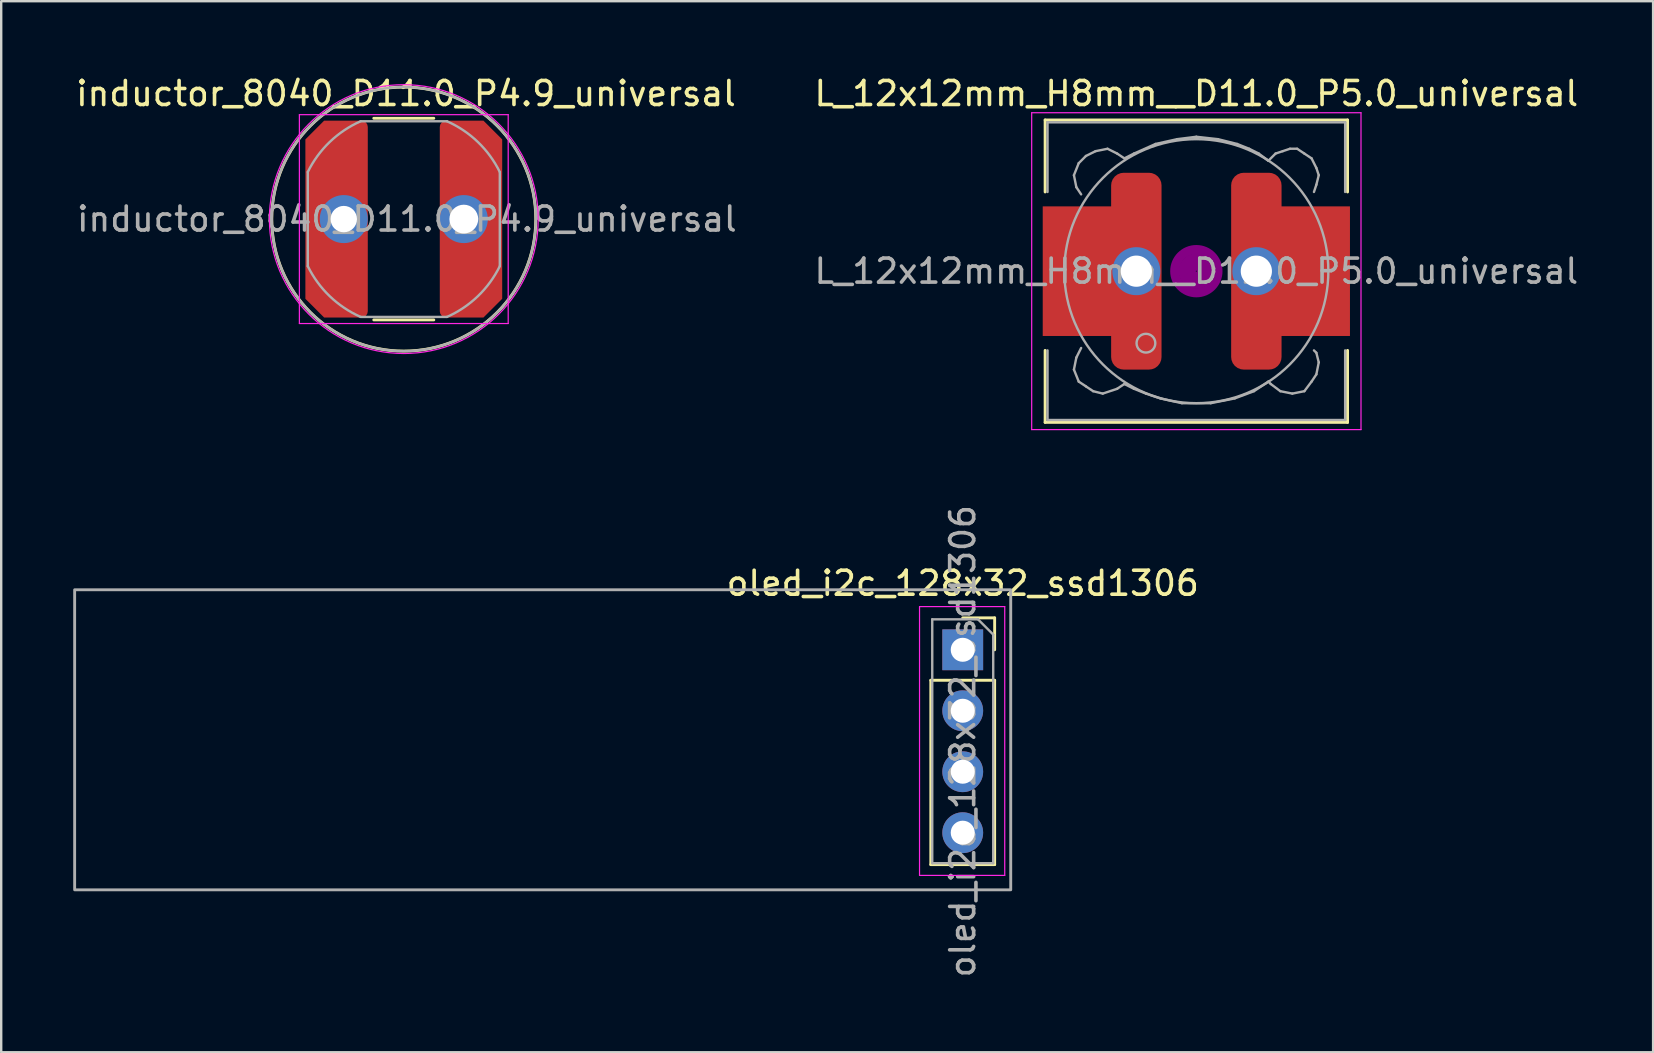
<source format=kicad_pcb>
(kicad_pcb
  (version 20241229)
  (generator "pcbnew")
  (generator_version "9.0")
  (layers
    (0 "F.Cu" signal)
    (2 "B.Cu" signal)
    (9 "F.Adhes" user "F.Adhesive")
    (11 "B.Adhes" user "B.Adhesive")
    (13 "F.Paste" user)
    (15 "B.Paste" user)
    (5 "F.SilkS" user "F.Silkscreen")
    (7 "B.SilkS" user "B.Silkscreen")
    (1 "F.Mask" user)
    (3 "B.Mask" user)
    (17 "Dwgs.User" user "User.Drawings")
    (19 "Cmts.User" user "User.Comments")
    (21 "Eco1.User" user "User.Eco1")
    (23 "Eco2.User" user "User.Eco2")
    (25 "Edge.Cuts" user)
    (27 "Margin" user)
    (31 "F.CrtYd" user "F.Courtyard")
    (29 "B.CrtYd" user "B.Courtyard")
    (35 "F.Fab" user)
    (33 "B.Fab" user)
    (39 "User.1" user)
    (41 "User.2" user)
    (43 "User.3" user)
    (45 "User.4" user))
  (footprint "oled_i2c_128x32_ssd1306"
    (layer "F.Cu")
    (at 37.06 24.022)
    (property "Reference" "oled_i2c_128x32_ssd1306" (at 0 -2.77 0) (layer "F.SilkS") (effects (font (size 1 1) (thickness 0.15))))
    (attr through_hole)
    (fp_line (start -1.33 1.27) (end -1.33 8.95) (stroke (width 0.12) (type solid)) (layer "F.SilkS"))
    (fp_line (start -1.33 1.27) (end 1.33 1.27) (stroke (width 0.12) (type solid)) (layer "F.SilkS"))
    (fp_line (start -1.33 8.95) (end 1.33 8.95) (stroke (width 0.12) (type solid)) (layer "F.SilkS"))
    (fp_line (start 0 -1.33) (end 1.33 -1.33) (stroke (width 0.12) (type solid)) (layer "F.SilkS"))
    (fp_line (start 1.33 -1.33) (end 1.33 0) (stroke (width 0.12) (type solid)) (layer "F.SilkS"))
    (fp_line (start 1.33 1.27) (end 1.33 8.95) (stroke (width 0.12) (type solid)) (layer "F.SilkS"))
    (fp_line (start -1.8 -1.8) (end 1.75 -1.8) (stroke (width 0.05) (type solid)) (layer "F.CrtYd"))
    (fp_line (start -1.8 9.4) (end -1.8 -1.8) (stroke (width 0.05) (type solid)) (layer "F.CrtYd"))
    (fp_line (start 1.75 -1.8) (end 1.75 9.4) (stroke (width 0.05) (type solid)) (layer "F.CrtYd"))
    (fp_line (start 1.75 9.4) (end -1.8 9.4) (stroke (width 0.05) (type solid)) (layer "F.CrtYd"))
    (fp_line (start -1.27 -1.27) (end 0.635 -1.27) (stroke (width 0.1) (type solid)) (layer "F.Fab"))
    (fp_line (start -1.27 8.89) (end -1.27 -1.27) (stroke (width 0.1) (type solid)) (layer "F.Fab"))
    (fp_line (start 0.635 -1.27) (end 1.27 -0.635) (stroke (width 0.1) (type solid)) (layer "F.Fab"))
    (fp_line (start 1.27 -0.635) (end 1.27 8.89) (stroke (width 0.1) (type solid)) (layer "F.Fab"))
    (fp_line (start 1.27 8.89) (end -1.27 8.89) (stroke (width 0.1) (type solid)) (layer "F.Fab"))
    (fp_rect (start 2 -2.5) (end -37 10) (stroke (width 0.12) (type solid)) (fill no) (layer "F.Fab"))
    (fp_text user "${REFERENCE}" (at 0 3.81 90) (layer "F.Fab") (effects (font (size 1 1) (thickness 0.15))))
    (pad "1" thru_hole rect (at 0 0) (size 1.7 1.7) (drill 1) (layers "*.Cu" "*.Mask"))
    (pad "2" thru_hole oval (at 0 2.54) (size 1.7 1.7) (drill 1) (layers "*.Cu" "*.Mask"))
    (pad "3" thru_hole oval (at 0 5.08) (size 1.7 1.7) (drill 1) (layers "*.Cu" "*.Mask"))
    (pad "4" thru_hole oval (at 0 7.62) (size 1.7 1.7) (drill 1) (layers "*.Cu" "*.Mask")))
  (footprint "L_12x12mm_H8mm__D11.0_P5.0_universal"
    (layer "F.Cu")
    (at 46.793 8.248)
    (property "Reference" "L_12x12mm_H8mm__D11.0_P5.0_universal" (at 0 -7.4 0) (layer "F.SilkS") (effects (font (size 1 1) (thickness 0.15))))
    (attr smd)
    (fp_line (start -6.3 -6.3) (end 6.3 -6.3) (stroke (width 0.12) (type solid)) (layer "F.SilkS"))
    (fp_line (start -6.3 -3.3) (end -6.3 -6.3) (stroke (width 0.12) (type solid)) (layer "F.SilkS"))
    (fp_line (start -6.3 6.3) (end -6.3 3.3) (stroke (width 0.12) (type solid)) (layer "F.SilkS"))
    (fp_line (start 6.3 -6.3) (end 6.3 -3.3) (stroke (width 0.12) (type solid)) (layer "F.SilkS"))
    (fp_line (start 6.3 3.3) (end 6.3 6.3) (stroke (width 0.12) (type solid)) (layer "F.SilkS"))
    (fp_line (start 6.3 6.3) (end -6.3 6.3) (stroke (width 0.12) (type solid)) (layer "F.SilkS"))
    (fp_circle (center 0 0) (end 0.15 0.15) (stroke (width 0.38) (type solid)) (fill no) (layer "F.Adhes"))
    (fp_circle (center 0 0) (end 0.55 0) (stroke (width 0.38) (type solid)) (fill no) (layer "F.Adhes"))
    (fp_circle (center 0 0) (end 0.9 0) (stroke (width 0.38) (type solid)) (fill no) (layer "F.Adhes"))
    (fp_line (start -6.86 -6.6) (end 6.86 -6.6) (stroke (width 0.05) (type solid)) (layer "F.CrtYd"))
    (fp_line (start -6.86 6.6) (end -6.86 -6.6) (stroke (width 0.05) (type solid)) (layer "F.CrtYd"))
    (fp_line (start 6.86 -6.6) (end 6.86 6.6) (stroke (width 0.05) (type solid)) (layer "F.CrtYd"))
    (fp_line (start 6.86 6.6) (end -6.86 6.6) (stroke (width 0.05) (type solid)) (layer "F.CrtYd"))
    (fp_line (start -6.2 -6.2) (end -6.2 -3.3) (stroke (width 0.1) (type solid)) (layer "F.Fab"))
    (fp_line (start -6.2 3.3) (end -6.2 6.2) (stroke (width 0.1) (type solid)) (layer "F.Fab"))
    (fp_line (start -6.2 6.2) (end 6.2 6.2) (stroke (width 0.1) (type solid)) (layer "F.Fab"))
    (fp_line (start -5.1 -4) (end -5 -3.5) (stroke (width 0.1) (type solid)) (layer "F.Fab"))
    (fp_line (start -5.1 4.1) (end -5 3.6) (stroke (width 0.1) (type solid)) (layer "F.Fab"))
    (fp_line (start -5 -3.5) (end -4.8 -3.2) (stroke (width 0.1) (type solid)) (layer "F.Fab"))
    (fp_line (start -5 3.6) (end -4.8 3.2) (stroke (width 0.1) (type solid)) (layer "F.Fab"))
    (fp_line (start -4.9 -4.5) (end -5.1 -4) (stroke (width 0.1) (type solid)) (layer "F.Fab"))
    (fp_line (start -4.9 4.6) (end -5.1 4.1) (stroke (width 0.1) (type solid)) (layer "F.Fab"))
    (fp_line (start -4.6 -4.8) (end -4.9 -4.5) (stroke (width 0.1) (type solid)) (layer "F.Fab"))
    (fp_line (start -4.6 4.8) (end -4.9 4.6) (stroke (width 0.1) (type solid)) (layer "F.Fab"))
    (fp_line (start -4.3 5) (end -4.6 4.8) (stroke (width 0.1) (type solid)) (layer "F.Fab"))
    (fp_line (start -4.2 -5) (end -4.6 -4.8) (stroke (width 0.1) (type solid)) (layer "F.Fab"))
    (fp_line (start -3.9 5.1) (end -4.3 5) (stroke (width 0.1) (type solid)) (layer "F.Fab"))
    (fp_line (start -3.7 -5.1) (end -4.2 -5) (stroke (width 0.1) (type solid)) (layer "F.Fab"))
    (fp_line (start -3.3 -4.9) (end -3.7 -5.1) (stroke (width 0.1) (type solid)) (layer "F.Fab"))
    (fp_line (start -3.3 4.9) (end -3.9 5.1) (stroke (width 0.1) (type solid)) (layer "F.Fab"))
    (fp_line (start -3 -4.7) (end -3.3 -4.9) (stroke (width 0.1) (type solid)) (layer "F.Fab"))
    (fp_line (start -3 4.7) (end -3.3 4.9) (stroke (width 0.1) (type solid)) (layer "F.Fab"))
    (fp_line (start -2.6 -4.9) (end -3 -4.7) (stroke (width 0.1) (type solid)) (layer "F.Fab"))
    (fp_line (start -2.6 4.9) (end -3 4.7) (stroke (width 0.1) (type solid)) (layer "F.Fab"))
    (fp_line (start -2.1 5.1) (end -2.6 4.9) (stroke (width 0.1) (type solid)) (layer "F.Fab"))
    (fp_line (start -1.7 -5.3) (end -2.6 -4.9) (stroke (width 0.1) (type solid)) (layer "F.Fab"))
    (fp_line (start -1.5 5.3) (end -2.1 5.1) (stroke (width 0.1) (type solid)) (layer "F.Fab"))
    (fp_line (start -0.8 -5.5) (end -1.7 -5.3) (stroke (width 0.1) (type solid)) (layer "F.Fab"))
    (fp_line (start -0.6 5.5) (end -1.5 5.3) (stroke (width 0.1) (type solid)) (layer "F.Fab"))
    (fp_line (start 0 -5.6) (end -0.8 -5.5) (stroke (width 0.1) (type solid)) (layer "F.Fab"))
    (fp_line (start 0.6 5.5) (end -0.6 5.5) (stroke (width 0.1) (type solid)) (layer "F.Fab"))
    (fp_line (start 0.9 -5.5) (end 0 -5.6) (stroke (width 0.1) (type solid)) (layer "F.Fab"))
    (fp_line (start 1.6 5.3) (end 0.6 5.5) (stroke (width 0.1) (type solid)) (layer "F.Fab"))
    (fp_line (start 1.7 -5.3) (end 0.9 -5.5) (stroke (width 0.1) (type solid)) (layer "F.Fab"))
    (fp_line (start 2.2 -5.1) (end 1.7 -5.3) (stroke (width 0.1) (type solid)) (layer "F.Fab"))
    (fp_line (start 2.4 5) (end 1.6 5.3) (stroke (width 0.1) (type solid)) (layer "F.Fab"))
    (fp_line (start 2.6 -4.9) (end 2.2 -5.1) (stroke (width 0.1) (type solid)) (layer "F.Fab"))
    (fp_line (start 3 -4.6) (end 2.6 -4.9) (stroke (width 0.1) (type solid)) (layer "F.Fab"))
    (fp_line (start 3 4.6) (end 2.4 5) (stroke (width 0.1) (type solid)) (layer "F.Fab"))
    (fp_line (start 3.1 4.7) (end 3 4.6) (stroke (width 0.1) (type solid)) (layer "F.Fab"))
    (fp_line (start 3.3 -4.9) (end 3 -4.6) (stroke (width 0.1) (type solid)) (layer "F.Fab"))
    (fp_line (start 3.5 5) (end 3.1 4.7) (stroke (width 0.1) (type solid)) (layer "F.Fab"))
    (fp_line (start 3.6 -5) (end 3.3 -4.9) (stroke (width 0.1) (type solid)) (layer "F.Fab"))
    (fp_line (start 3.9 -5.1) (end 3.6 -5) (stroke (width 0.1) (type solid)) (layer "F.Fab"))
    (fp_line (start 4 5.1) (end 3.5 5) (stroke (width 0.1) (type solid)) (layer "F.Fab"))
    (fp_line (start 4.2 -5.1) (end 3.9 -5.1) (stroke (width 0.1) (type solid)) (layer "F.Fab"))
    (fp_line (start 4.5 -4.9) (end 4.2 -5.1) (stroke (width 0.1) (type solid)) (layer "F.Fab"))
    (fp_line (start 4.5 5) (end 4 5.1) (stroke (width 0.1) (type solid)) (layer "F.Fab"))
    (fp_line (start 4.8 -4.7) (end 4.5 -4.9) (stroke (width 0.1) (type solid)) (layer "F.Fab"))
    (fp_line (start 4.8 4.6) (end 4.5 5) (stroke (width 0.1) (type solid)) (layer "F.Fab"))
    (fp_line (start 4.9 -3.3) (end 5 -3.6) (stroke (width 0.1) (type solid)) (layer "F.Fab"))
    (fp_line (start 4.9 3.3) (end 5 3.4) (stroke (width 0.1) (type solid)) (layer "F.Fab"))
    (fp_line (start 5 -4.3) (end 4.8 -4.7) (stroke (width 0.1) (type solid)) (layer "F.Fab"))
    (fp_line (start 5 -3.6) (end 5.1 -4) (stroke (width 0.1) (type solid)) (layer "F.Fab"))
    (fp_line (start 5 3.4) (end 5.1 3.8) (stroke (width 0.1) (type solid)) (layer "F.Fab"))
    (fp_line (start 5 4.3) (end 4.8 4.6) (stroke (width 0.1) (type solid)) (layer "F.Fab"))
    (fp_line (start 5.1 -4) (end 5 -4.3) (stroke (width 0.1) (type solid)) (layer "F.Fab"))
    (fp_line (start 5.1 3.8) (end 5 4.3) (stroke (width 0.1) (type solid)) (layer "F.Fab"))
    (fp_line (start 6.2 -6.2) (end -6.2 -6.2) (stroke (width 0.1) (type solid)) (layer "F.Fab"))
    (fp_line (start 6.2 -6.2) (end 6.2 -3.3) (stroke (width 0.1) (type solid)) (layer "F.Fab"))
    (fp_line (start 6.2 6.2) (end 6.2 3.3) (stroke (width 0.1) (type solid)) (layer "F.Fab"))
    (fp_circle (center -2.1 3) (end -1.8 3.25) (stroke (width 0.1) (type solid)) (fill no) (layer "F.Fab"))
    (fp_circle (center 0 0) (end -5.5 0) (stroke (width 0.1) (type solid)) (fill no) (layer "F.Fab"))
    (fp_text user "${REFERENCE}" (at 0 0 0) (layer "F.Fab") (effects (font (size 1 1) (thickness 0.15))))
    (pad "1" smd rect (at -4.95 0) (size 2.9 5.4) (layers "F.Cu" "F.Mask" "F.Paste"))
    (pad "1" thru_hole circle (at -2.5 0) (size 2 2) (drill 1.3) (layers "*.Cu" "*.Mask"))
    (pad "1" smd roundrect (at -2.5 0) (size 2.1 8.2) (layers "F.Cu" "F.Mask" "F.Paste") (roundrect_rratio 0.25))
    (pad "2" thru_hole circle (at 2.5 0) (size 2 2) (drill 1.3) (layers "*.Cu" "*.Mask"))
    (pad "2" smd roundrect (at 2.5 0) (size 2.1 8.2) (layers "F.Cu" "F.Mask" "F.Paste") (roundrect_rratio 0.25))
    (pad "2" smd rect (at 4.95 0) (size 2.9 5.4) (layers "F.Cu" "F.Mask" "F.Paste")))
  (footprint "inductor_8040_D11.0_P4.9_universal"
    (layer "F.Cu")
    (at 13.773 6.078)
    (property "Reference" "inductor_8040_D11.0_P4.9_universal" (at 0.09 -5.23 0) (layer "F.SilkS") (effects (font (size 1 1) (thickness 0.15))))
    (attr smd)
    (fp_line (start -1.25 4.2) (end 1.25 4.2) (stroke (width 0.12) (type solid)) (layer "F.SilkS"))
    (fp_line (start 1.25 -4.2) (end -1.25 -4.2) (stroke (width 0.12) (type solid)) (layer "F.SilkS"))
    (fp_circle (center 0 0) (end 5.5 0) (stroke (width 0.12) (type solid)) (fill no) (layer "F.SilkS"))
    (fp_line (start -4.35 -4.35) (end -4.35 4.35) (stroke (width 0.05) (type solid)) (layer "F.CrtYd"))
    (fp_line (start -4.35 -4.35) (end 4.35 -4.35) (stroke (width 0.05) (type solid)) (layer "F.CrtYd"))
    (fp_line (start -4.35 4.35) (end 4.35 4.35) (stroke (width 0.05) (type solid)) (layer "F.CrtYd"))
    (fp_line (start 4.35 -4.35) (end 4.35 4.35) (stroke (width 0.05) (type solid)) (layer "F.CrtYd"))
    (fp_circle (center 0 0) (end -5.6 0) (stroke (width 0.05) (type solid)) (fill no) (layer "F.CrtYd"))
    (fp_line (start -4 -1.96) (end -4 1.96) (stroke (width 0.1) (type solid)) (layer "F.Fab"))
    (fp_line (start -1.8 -4.075) (end 1.8 -4.075) (stroke (width 0.1) (type solid)) (layer "F.Fab"))
    (fp_line (start 1.8 4.075) (end -1.8 4.075) (stroke (width 0.1) (type solid)) (layer "F.Fab"))
    (fp_line (start 4 -1.96) (end 4 1.96) (stroke (width 0.1) (type solid)) (layer "F.Fab"))
    (fp_arc (start -3.99824 -1.964613) (mid -3.085179 -3.213611) (end -1.8 -4.075) (stroke (width 0.1) (type solid)) (layer "F.Fab"))
    (fp_arc (start -1.804314 4.072598) (mid -3.088411 3.209878) (end -4 1.96) (stroke (width 0.1) (type solid)) (layer "F.Fab"))
    (fp_arc (start 1.799817 -4.074587) (mid 3.086639 -3.211582) (end 4 -1.96) (stroke (width 0.1) (type solid)) (layer "F.Fab"))
    (fp_arc (start 3.99824 1.964613) (mid 3.085179 3.213611) (end 1.8 4.075) (stroke (width 0.1) (type solid)) (layer "F.Fab"))
    (fp_circle (center 0 0) (end -5.5 0) (stroke (width 0.1) (type solid)) (fill no) (layer "F.Fab"))
    (fp_text user "${REFERENCE}" (at 0.127 0 0) (layer "F.Fab") (effects (font (size 1 1) (thickness 0.15))))
    (pad "1" smd roundrect (at -2.8 0) (size 2.6 8.2) (layers "F.Cu" "F.Mask" "F.Paste") (roundrect_rratio 0.1) (chamfer_ratio 0.3) (chamfer top_left bottom_left))
    (pad "1" thru_hole circle (at -2.5 0) (size 2 2) (drill 1.1) (layers "*.Cu" "*.Mask"))
    (pad "2" thru_hole circle (at 2.5 0) (size 2 2) (drill 1.2) (layers "*.Cu" "*.Mask"))
    (pad "2" smd roundrect (at 2.8 0) (size 2.6 8.2) (layers "F.Cu" "F.Mask" "F.Paste") (roundrect_rratio 0.1) (chamfer_ratio 0.3) (chamfer top_right bottom_right)))
  (gr_rect
    (start -3 -3)
    (end 65.823 40.79)
    (stroke (width 0.1) (type default))
    (fill no)
    (layer "Edge.Cuts")))
</source>
